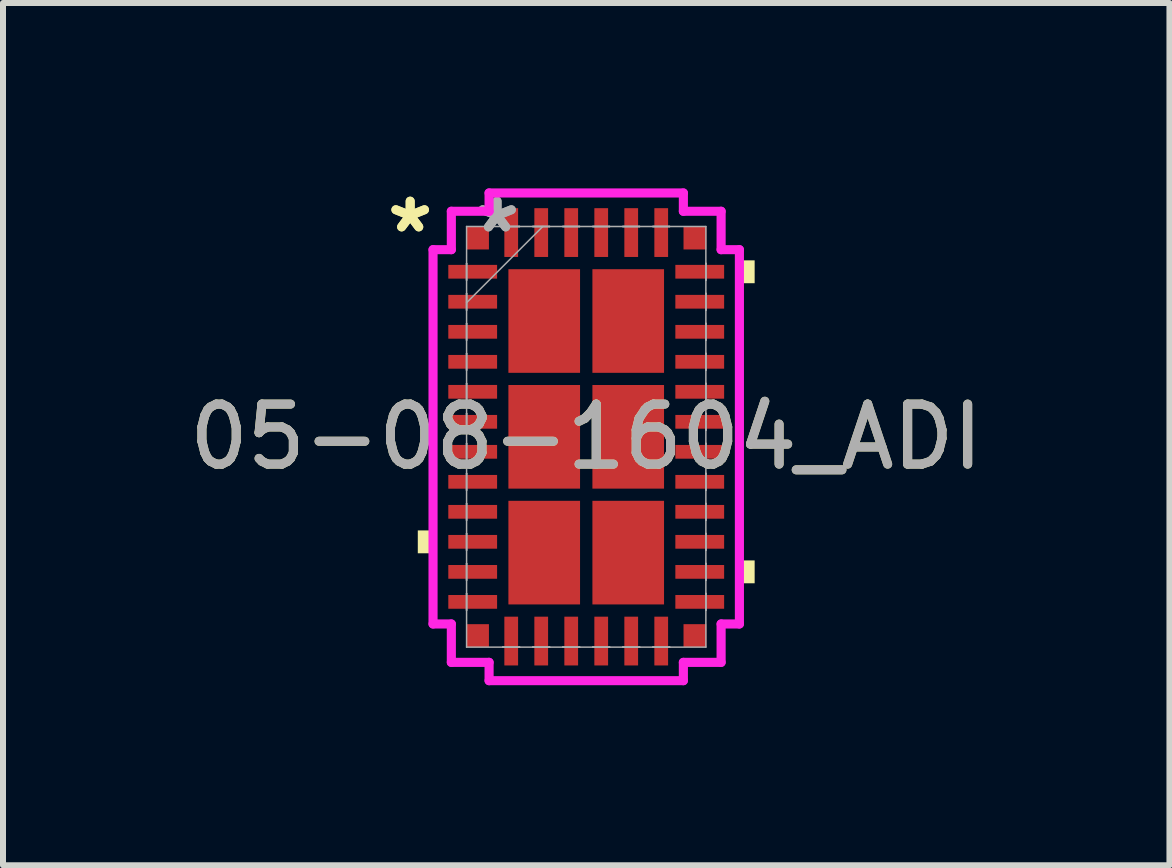
<source format=kicad_pcb>
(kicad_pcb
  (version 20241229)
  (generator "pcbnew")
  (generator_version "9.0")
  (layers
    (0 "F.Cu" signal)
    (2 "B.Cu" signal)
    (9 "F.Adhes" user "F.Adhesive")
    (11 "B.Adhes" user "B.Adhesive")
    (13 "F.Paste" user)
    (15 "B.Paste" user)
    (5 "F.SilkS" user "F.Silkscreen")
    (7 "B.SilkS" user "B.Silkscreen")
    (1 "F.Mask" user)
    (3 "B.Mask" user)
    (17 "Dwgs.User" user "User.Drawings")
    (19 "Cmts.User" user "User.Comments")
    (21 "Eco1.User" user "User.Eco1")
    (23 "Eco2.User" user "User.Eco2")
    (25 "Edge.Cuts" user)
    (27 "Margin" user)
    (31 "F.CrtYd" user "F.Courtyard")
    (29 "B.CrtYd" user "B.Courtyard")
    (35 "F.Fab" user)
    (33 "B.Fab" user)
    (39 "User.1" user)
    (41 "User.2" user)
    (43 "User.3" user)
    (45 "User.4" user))
  (footprint "05-08-1604_ADI"
    (layer "F.Cu")
    (at 6.72 4.23)
    (property "Reference" "05-08-1604_ADI" (at 0 0 0) (unlocked yes) (layer "F.SilkS") (effects (font (size 1 1) (thickness 0.15))))
    (attr smd)
    (fp_poly (pts (xy -2.807 1.56) (xy -2.807 1.941) (xy -2.553 1.941) (xy -2.553 1.56)) (stroke (width 0) (type solid)) (fill yes) (layer "F.SilkS"))
    (fp_poly (pts (xy 2.807 -2.941) (xy 2.807 -2.56) (xy 2.553 -2.56) (xy 2.553 -2.941)) (stroke (width 0) (type solid)) (fill yes) (layer "F.SilkS"))
    (fp_poly (pts (xy 2.807 2.06) (xy 2.807 2.441) (xy 2.553 2.441) (xy 2.553 2.06)) (stroke (width 0) (type solid)) (fill yes) (layer "F.SilkS"))
    (fp_line (start -2.553 -3.119) (end -2.248 -3.119) (stroke (width 0.152) (type solid)) (layer "F.CrtYd"))
    (fp_line (start -2.553 3.119) (end -2.553 -3.119) (stroke (width 0.152) (type solid)) (layer "F.CrtYd"))
    (fp_line (start -2.553 3.119) (end -2.248 3.119) (stroke (width 0.152) (type solid)) (layer "F.CrtYd"))
    (fp_line (start -2.248 -3.759) (end -1.619 -3.759) (stroke (width 0.152) (type solid)) (layer "F.CrtYd"))
    (fp_line (start -2.248 -3.119) (end -2.248 -3.759) (stroke (width 0.152) (type solid)) (layer "F.CrtYd"))
    (fp_line (start -2.248 3.759) (end -2.248 3.119) (stroke (width 0.152) (type solid)) (layer "F.CrtYd"))
    (fp_line (start -1.619 -4.064) (end 1.619 -4.064) (stroke (width 0.152) (type solid)) (layer "F.CrtYd"))
    (fp_line (start -1.619 -3.759) (end -1.619 -4.064) (stroke (width 0.152) (type solid)) (layer "F.CrtYd"))
    (fp_line (start -1.619 3.759) (end -2.248 3.759) (stroke (width 0.152) (type solid)) (layer "F.CrtYd"))
    (fp_line (start -1.619 4.064) (end -1.619 3.759) (stroke (width 0.152) (type solid)) (layer "F.CrtYd"))
    (fp_line (start 1.619 -4.064) (end 1.619 -3.759) (stroke (width 0.152) (type solid)) (layer "F.CrtYd"))
    (fp_line (start 1.619 -3.759) (end 2.248 -3.759) (stroke (width 0.152) (type solid)) (layer "F.CrtYd"))
    (fp_line (start 1.619 3.759) (end 1.619 4.064) (stroke (width 0.152) (type solid)) (layer "F.CrtYd"))
    (fp_line (start 1.619 4.064) (end -1.619 4.064) (stroke (width 0.152) (type solid)) (layer "F.CrtYd"))
    (fp_line (start 2.248 -3.759) (end 2.248 -3.119) (stroke (width 0.152) (type solid)) (layer "F.CrtYd"))
    (fp_line (start 2.248 -3.119) (end 2.553 -3.119) (stroke (width 0.152) (type solid)) (layer "F.CrtYd"))
    (fp_line (start 2.248 3.119) (end 2.248 3.759) (stroke (width 0.152) (type solid)) (layer "F.CrtYd"))
    (fp_line (start 2.248 3.759) (end 1.619 3.759) (stroke (width 0.152) (type solid)) (layer "F.CrtYd"))
    (fp_line (start 2.553 -3.119) (end 2.553 3.119) (stroke (width 0.152) (type solid)) (layer "F.CrtYd"))
    (fp_line (start 2.553 3.119) (end 2.248 3.119) (stroke (width 0.152) (type solid)) (layer "F.CrtYd"))
    (fp_line (start -1.994 -3.505) (end -1.994 3.505) (stroke (width 0.025) (type solid)) (layer "F.Fab"))
    (fp_line (start -1.994 -2.89) (end -1.994 -2.89) (stroke (width 0.025) (type solid)) (layer "F.Fab"))
    (fp_line (start -1.994 -2.89) (end -1.994 -2.611) (stroke (width 0.025) (type solid)) (layer "F.Fab"))
    (fp_line (start -1.994 -2.611) (end -1.994 -2.89) (stroke (width 0.025) (type solid)) (layer "F.Fab"))
    (fp_line (start -1.994 -2.611) (end -1.994 -2.611) (stroke (width 0.025) (type solid)) (layer "F.Fab"))
    (fp_line (start -1.994 -2.39) (end -1.994 -2.39) (stroke (width 0.025) (type solid)) (layer "F.Fab"))
    (fp_line (start -1.994 -2.39) (end -1.994 -2.111) (stroke (width 0.025) (type solid)) (layer "F.Fab"))
    (fp_line (start -1.994 -2.235) (end -0.724 -3.505) (stroke (width 0.025) (type solid)) (layer "F.Fab"))
    (fp_line (start -1.994 -2.111) (end -1.994 -2.39) (stroke (width 0.025) (type solid)) (layer "F.Fab"))
    (fp_line (start -1.994 -2.111) (end -1.994 -2.111) (stroke (width 0.025) (type solid)) (layer "F.Fab"))
    (fp_line (start -1.994 -1.89) (end -1.994 -1.89) (stroke (width 0.025) (type solid)) (layer "F.Fab"))
    (fp_line (start -1.994 -1.89) (end -1.994 -1.611) (stroke (width 0.025) (type solid)) (layer "F.Fab"))
    (fp_line (start -1.994 -1.611) (end -1.994 -1.89) (stroke (width 0.025) (type solid)) (layer "F.Fab"))
    (fp_line (start -1.994 -1.611) (end -1.994 -1.611) (stroke (width 0.025) (type solid)) (layer "F.Fab"))
    (fp_line (start -1.994 -1.39) (end -1.994 -1.39) (stroke (width 0.025) (type solid)) (layer "F.Fab"))
    (fp_line (start -1.994 -1.39) (end -1.994 -1.111) (stroke (width 0.025) (type solid)) (layer "F.Fab"))
    (fp_line (start -1.994 -1.111) (end -1.994 -1.39) (stroke (width 0.025) (type solid)) (layer "F.Fab"))
    (fp_line (start -1.994 -1.111) (end -1.994 -1.111) (stroke (width 0.025) (type solid)) (layer "F.Fab"))
    (fp_line (start -1.994 -0.89) (end -1.994 -0.89) (stroke (width 0.025) (type solid)) (layer "F.Fab"))
    (fp_line (start -1.994 -0.89) (end -1.994 -0.61) (stroke (width 0.025) (type solid)) (layer "F.Fab"))
    (fp_line (start -1.994 -0.61) (end -1.994 -0.89) (stroke (width 0.025) (type solid)) (layer "F.Fab"))
    (fp_line (start -1.994 -0.61) (end -1.994 -0.61) (stroke (width 0.025) (type solid)) (layer "F.Fab"))
    (fp_line (start -1.994 -0.39) (end -1.994 -0.39) (stroke (width 0.025) (type solid)) (layer "F.Fab"))
    (fp_line (start -1.994 -0.39) (end -1.994 -0.11) (stroke (width 0.025) (type solid)) (layer "F.Fab"))
    (fp_line (start -1.994 -0.11) (end -1.994 -0.39) (stroke (width 0.025) (type solid)) (layer "F.Fab"))
    (fp_line (start -1.994 -0.11) (end -1.994 -0.11) (stroke (width 0.025) (type solid)) (layer "F.Fab"))
    (fp_line (start -1.994 0.11) (end -1.994 0.11) (stroke (width 0.025) (type solid)) (layer "F.Fab"))
    (fp_line (start -1.994 0.11) (end -1.994 0.39) (stroke (width 0.025) (type solid)) (layer "F.Fab"))
    (fp_line (start -1.994 0.39) (end -1.994 0.11) (stroke (width 0.025) (type solid)) (layer "F.Fab"))
    (fp_line (start -1.994 0.39) (end -1.994 0.39) (stroke (width 0.025) (type solid)) (layer "F.Fab"))
    (fp_line (start -1.994 0.61) (end -1.994 0.61) (stroke (width 0.025) (type solid)) (layer "F.Fab"))
    (fp_line (start -1.994 0.61) (end -1.994 0.89) (stroke (width 0.025) (type solid)) (layer "F.Fab"))
    (fp_line (start -1.994 0.89) (end -1.994 0.61) (stroke (width 0.025) (type solid)) (layer "F.Fab"))
    (fp_line (start -1.994 0.89) (end -1.994 0.89) (stroke (width 0.025) (type solid)) (layer "F.Fab"))
    (fp_line (start -1.994 1.111) (end -1.994 1.111) (stroke (width 0.025) (type solid)) (layer "F.Fab"))
    (fp_line (start -1.994 1.111) (end -1.994 1.39) (stroke (width 0.025) (type solid)) (layer "F.Fab"))
    (fp_line (start -1.994 1.39) (end -1.994 1.111) (stroke (width 0.025) (type solid)) (layer "F.Fab"))
    (fp_line (start -1.994 1.39) (end -1.994 1.39) (stroke (width 0.025) (type solid)) (layer "F.Fab"))
    (fp_line (start -1.994 1.611) (end -1.994 1.611) (stroke (width 0.025) (type solid)) (layer "F.Fab"))
    (fp_line (start -1.994 1.611) (end -1.994 1.89) (stroke (width 0.025) (type solid)) (layer "F.Fab"))
    (fp_line (start -1.994 1.89) (end -1.994 1.611) (stroke (width 0.025) (type solid)) (layer "F.Fab"))
    (fp_line (start -1.994 1.89) (end -1.994 1.89) (stroke (width 0.025) (type solid)) (layer "F.Fab"))
    (fp_line (start -1.994 2.111) (end -1.994 2.111) (stroke (width 0.025) (type solid)) (layer "F.Fab"))
    (fp_line (start -1.994 2.111) (end -1.994 2.39) (stroke (width 0.025) (type solid)) (layer "F.Fab"))
    (fp_line (start -1.994 2.39) (end -1.994 2.111) (stroke (width 0.025) (type solid)) (layer "F.Fab"))
    (fp_line (start -1.994 2.39) (end -1.994 2.39) (stroke (width 0.025) (type solid)) (layer "F.Fab"))
    (fp_line (start -1.994 2.611) (end -1.994 2.611) (stroke (width 0.025) (type solid)) (layer "F.Fab"))
    (fp_line (start -1.994 2.611) (end -1.994 2.89) (stroke (width 0.025) (type solid)) (layer "F.Fab"))
    (fp_line (start -1.994 2.89) (end -1.994 2.611) (stroke (width 0.025) (type solid)) (layer "F.Fab"))
    (fp_line (start -1.994 2.89) (end -1.994 2.89) (stroke (width 0.025) (type solid)) (layer "F.Fab"))
    (fp_line (start -1.994 3.505) (end 1.994 3.505) (stroke (width 0.025) (type solid)) (layer "F.Fab"))
    (fp_line (start -1.39 -3.505) (end -1.39 -3.505) (stroke (width 0.025) (type solid)) (layer "F.Fab"))
    (fp_line (start -1.39 -3.505) (end -1.111 -3.505) (stroke (width 0.025) (type solid)) (layer "F.Fab"))
    (fp_line (start -1.39 3.505) (end -1.39 3.505) (stroke (width 0.025) (type solid)) (layer "F.Fab"))
    (fp_line (start -1.39 3.505) (end -1.111 3.505) (stroke (width 0.025) (type solid)) (layer "F.Fab"))
    (fp_line (start -1.111 -3.505) (end -1.39 -3.505) (stroke (width 0.025) (type solid)) (layer "F.Fab"))
    (fp_line (start -1.111 -3.505) (end -1.111 -3.505) (stroke (width 0.025) (type solid)) (layer "F.Fab"))
    (fp_line (start -1.111 3.505) (end -1.39 3.505) (stroke (width 0.025) (type solid)) (layer "F.Fab"))
    (fp_line (start -1.111 3.505) (end -1.111 3.505) (stroke (width 0.025) (type solid)) (layer "F.Fab"))
    (fp_line (start -0.89 -3.505) (end -0.89 -3.505) (stroke (width 0.025) (type solid)) (layer "F.Fab"))
    (fp_line (start -0.89 -3.505) (end -0.61 -3.505) (stroke (width 0.025) (type solid)) (layer "F.Fab"))
    (fp_line (start -0.89 3.505) (end -0.89 3.505) (stroke (width 0.025) (type solid)) (layer "F.Fab"))
    (fp_line (start -0.89 3.505) (end -0.61 3.505) (stroke (width 0.025) (type solid)) (layer "F.Fab"))
    (fp_line (start -0.61 -3.505) (end -0.89 -3.505) (stroke (width 0.025) (type solid)) (layer "F.Fab"))
    (fp_line (start -0.61 -3.505) (end -0.61 -3.505) (stroke (width 0.025) (type solid)) (layer "F.Fab"))
    (fp_line (start -0.61 3.505) (end -0.89 3.505) (stroke (width 0.025) (type solid)) (layer "F.Fab"))
    (fp_line (start -0.61 3.505) (end -0.61 3.505) (stroke (width 0.025) (type solid)) (layer "F.Fab"))
    (fp_line (start -0.39 -3.505) (end -0.39 -3.505) (stroke (width 0.025) (type solid)) (layer "F.Fab"))
    (fp_line (start -0.39 -3.505) (end -0.11 -3.505) (stroke (width 0.025) (type solid)) (layer "F.Fab"))
    (fp_line (start -0.39 3.505) (end -0.39 3.505) (stroke (width 0.025) (type solid)) (layer "F.Fab"))
    (fp_line (start -0.39 3.505) (end -0.11 3.505) (stroke (width 0.025) (type solid)) (layer "F.Fab"))
    (fp_line (start -0.11 -3.505) (end -0.39 -3.505) (stroke (width 0.025) (type solid)) (layer "F.Fab"))
    (fp_line (start -0.11 -3.505) (end -0.11 -3.505) (stroke (width 0.025) (type solid)) (layer "F.Fab"))
    (fp_line (start -0.11 3.505) (end -0.39 3.505) (stroke (width 0.025) (type solid)) (layer "F.Fab"))
    (fp_line (start -0.11 3.505) (end -0.11 3.505) (stroke (width 0.025) (type solid)) (layer "F.Fab"))
    (fp_line (start 0.11 -3.505) (end 0.11 -3.505) (stroke (width 0.025) (type solid)) (layer "F.Fab"))
    (fp_line (start 0.11 -3.505) (end 0.39 -3.505) (stroke (width 0.025) (type solid)) (layer "F.Fab"))
    (fp_line (start 0.11 3.505) (end 0.11 3.505) (stroke (width 0.025) (type solid)) (layer "F.Fab"))
    (fp_line (start 0.11 3.505) (end 0.39 3.505) (stroke (width 0.025) (type solid)) (layer "F.Fab"))
    (fp_line (start 0.39 -3.505) (end 0.11 -3.505) (stroke (width 0.025) (type solid)) (layer "F.Fab"))
    (fp_line (start 0.39 -3.505) (end 0.39 -3.505) (stroke (width 0.025) (type solid)) (layer "F.Fab"))
    (fp_line (start 0.39 3.505) (end 0.11 3.505) (stroke (width 0.025) (type solid)) (layer "F.Fab"))
    (fp_line (start 0.39 3.505) (end 0.39 3.505) (stroke (width 0.025) (type solid)) (layer "F.Fab"))
    (fp_line (start 0.61 -3.505) (end 0.61 -3.505) (stroke (width 0.025) (type solid)) (layer "F.Fab"))
    (fp_line (start 0.61 -3.505) (end 0.89 -3.505) (stroke (width 0.025) (type solid)) (layer "F.Fab"))
    (fp_line (start 0.61 3.505) (end 0.61 3.505) (stroke (width 0.025) (type solid)) (layer "F.Fab"))
    (fp_line (start 0.61 3.505) (end 0.89 3.505) (stroke (width 0.025) (type solid)) (layer "F.Fab"))
    (fp_line (start 0.89 -3.505) (end 0.61 -3.505) (stroke (width 0.025) (type solid)) (layer "F.Fab"))
    (fp_line (start 0.89 -3.505) (end 0.89 -3.505) (stroke (width 0.025) (type solid)) (layer "F.Fab"))
    (fp_line (start 0.89 3.505) (end 0.61 3.505) (stroke (width 0.025) (type solid)) (layer "F.Fab"))
    (fp_line (start 0.89 3.505) (end 0.89 3.505) (stroke (width 0.025) (type solid)) (layer "F.Fab"))
    (fp_line (start 1.111 -3.505) (end 1.111 -3.505) (stroke (width 0.025) (type solid)) (layer "F.Fab"))
    (fp_line (start 1.111 -3.505) (end 1.39 -3.505) (stroke (width 0.025) (type solid)) (layer "F.Fab"))
    (fp_line (start 1.111 3.505) (end 1.111 3.505) (stroke (width 0.025) (type solid)) (layer "F.Fab"))
    (fp_line (start 1.111 3.505) (end 1.39 3.505) (stroke (width 0.025) (type solid)) (layer "F.Fab"))
    (fp_line (start 1.39 -3.505) (end 1.111 -3.505) (stroke (width 0.025) (type solid)) (layer "F.Fab"))
    (fp_line (start 1.39 -3.505) (end 1.39 -3.505) (stroke (width 0.025) (type solid)) (layer "F.Fab"))
    (fp_line (start 1.39 3.505) (end 1.111 3.505) (stroke (width 0.025) (type solid)) (layer "F.Fab"))
    (fp_line (start 1.39 3.505) (end 1.39 3.505) (stroke (width 0.025) (type solid)) (layer "F.Fab"))
    (fp_line (start 1.994 -3.505) (end -1.994 -3.505) (stroke (width 0.025) (type solid)) (layer "F.Fab"))
    (fp_line (start 1.994 -2.89) (end 1.994 -2.89) (stroke (width 0.025) (type solid)) (layer "F.Fab"))
    (fp_line (start 1.994 -2.89) (end 1.994 -2.611) (stroke (width 0.025) (type solid)) (layer "F.Fab"))
    (fp_line (start 1.994 -2.611) (end 1.994 -2.89) (stroke (width 0.025) (type solid)) (layer "F.Fab"))
    (fp_line (start 1.994 -2.611) (end 1.994 -2.611) (stroke (width 0.025) (type solid)) (layer "F.Fab"))
    (fp_line (start 1.994 -2.39) (end 1.994 -2.39) (stroke (width 0.025) (type solid)) (layer "F.Fab"))
    (fp_line (start 1.994 -2.39) (end 1.994 -2.111) (stroke (width 0.025) (type solid)) (layer "F.Fab"))
    (fp_line (start 1.994 -2.111) (end 1.994 -2.39) (stroke (width 0.025) (type solid)) (layer "F.Fab"))
    (fp_line (start 1.994 -2.111) (end 1.994 -2.111) (stroke (width 0.025) (type solid)) (layer "F.Fab"))
    (fp_line (start 1.994 -1.89) (end 1.994 -1.89) (stroke (width 0.025) (type solid)) (layer "F.Fab"))
    (fp_line (start 1.994 -1.89) (end 1.994 -1.611) (stroke (width 0.025) (type solid)) (layer "F.Fab"))
    (fp_line (start 1.994 -1.611) (end 1.994 -1.89) (stroke (width 0.025) (type solid)) (layer "F.Fab"))
    (fp_line (start 1.994 -1.611) (end 1.994 -1.611) (stroke (width 0.025) (type solid)) (layer "F.Fab"))
    (fp_line (start 1.994 -1.39) (end 1.994 -1.39) (stroke (width 0.025) (type solid)) (layer "F.Fab"))
    (fp_line (start 1.994 -1.39) (end 1.994 -1.111) (stroke (width 0.025) (type solid)) (layer "F.Fab"))
    (fp_line (start 1.994 -1.111) (end 1.994 -1.39) (stroke (width 0.025) (type solid)) (layer "F.Fab"))
    (fp_line (start 1.994 -1.111) (end 1.994 -1.111) (stroke (width 0.025) (type solid)) (layer "F.Fab"))
    (fp_line (start 1.994 -0.89) (end 1.994 -0.89) (stroke (width 0.025) (type solid)) (layer "F.Fab"))
    (fp_line (start 1.994 -0.89) (end 1.994 -0.61) (stroke (width 0.025) (type solid)) (layer "F.Fab"))
    (fp_line (start 1.994 -0.61) (end 1.994 -0.89) (stroke (width 0.025) (type solid)) (layer "F.Fab"))
    (fp_line (start 1.994 -0.61) (end 1.994 -0.61) (stroke (width 0.025) (type solid)) (layer "F.Fab"))
    (fp_line (start 1.994 -0.39) (end 1.994 -0.39) (stroke (width 0.025) (type solid)) (layer "F.Fab"))
    (fp_line (start 1.994 -0.39) (end 1.994 -0.11) (stroke (width 0.025) (type solid)) (layer "F.Fab"))
    (fp_line (start 1.994 -0.11) (end 1.994 -0.39) (stroke (width 0.025) (type solid)) (layer "F.Fab"))
    (fp_line (start 1.994 -0.11) (end 1.994 -0.11) (stroke (width 0.025) (type solid)) (layer "F.Fab"))
    (fp_line (start 1.994 0.11) (end 1.994 0.11) (stroke (width 0.025) (type solid)) (layer "F.Fab"))
    (fp_line (start 1.994 0.11) (end 1.994 0.39) (stroke (width 0.025) (type solid)) (layer "F.Fab"))
    (fp_line (start 1.994 0.39) (end 1.994 0.11) (stroke (width 0.025) (type solid)) (layer "F.Fab"))
    (fp_line (start 1.994 0.39) (end 1.994 0.39) (stroke (width 0.025) (type solid)) (layer "F.Fab"))
    (fp_line (start 1.994 0.61) (end 1.994 0.61) (stroke (width 0.025) (type solid)) (layer "F.Fab"))
    (fp_line (start 1.994 0.61) (end 1.994 0.89) (stroke (width 0.025) (type solid)) (layer "F.Fab"))
    (fp_line (start 1.994 0.89) (end 1.994 0.61) (stroke (width 0.025) (type solid)) (layer "F.Fab"))
    (fp_line (start 1.994 0.89) (end 1.994 0.89) (stroke (width 0.025) (type solid)) (layer "F.Fab"))
    (fp_line (start 1.994 1.111) (end 1.994 1.111) (stroke (width 0.025) (type solid)) (layer "F.Fab"))
    (fp_line (start 1.994 1.111) (end 1.994 1.39) (stroke (width 0.025) (type solid)) (layer "F.Fab"))
    (fp_line (start 1.994 1.39) (end 1.994 1.111) (stroke (width 0.025) (type solid)) (layer "F.Fab"))
    (fp_line (start 1.994 1.39) (end 1.994 1.39) (stroke (width 0.025) (type solid)) (layer "F.Fab"))
    (fp_line (start 1.994 1.611) (end 1.994 1.611) (stroke (width 0.025) (type solid)) (layer "F.Fab"))
    (fp_line (start 1.994 1.611) (end 1.994 1.89) (stroke (width 0.025) (type solid)) (layer "F.Fab"))
    (fp_line (start 1.994 1.89) (end 1.994 1.611) (stroke (width 0.025) (type solid)) (layer "F.Fab"))
    (fp_line (start 1.994 1.89) (end 1.994 1.89) (stroke (width 0.025) (type solid)) (layer "F.Fab"))
    (fp_line (start 1.994 2.111) (end 1.994 2.111) (stroke (width 0.025) (type solid)) (layer "F.Fab"))
    (fp_line (start 1.994 2.111) (end 1.994 2.39) (stroke (width 0.025) (type solid)) (layer "F.Fab"))
    (fp_line (start 1.994 2.39) (end 1.994 2.111) (stroke (width 0.025) (type solid)) (layer "F.Fab"))
    (fp_line (start 1.994 2.39) (end 1.994 2.39) (stroke (width 0.025) (type solid)) (layer "F.Fab"))
    (fp_line (start 1.994 2.611) (end 1.994 2.611) (stroke (width 0.025) (type solid)) (layer "F.Fab"))
    (fp_line (start 1.994 2.611) (end 1.994 2.89) (stroke (width 0.025) (type solid)) (layer "F.Fab"))
    (fp_line (start 1.994 2.89) (end 1.994 2.611) (stroke (width 0.025) (type solid)) (layer "F.Fab"))
    (fp_line (start 1.994 2.89) (end 1.994 2.89) (stroke (width 0.025) (type solid)) (layer "F.Fab"))
    (fp_line (start 1.994 3.505) (end 1.994 -3.505) (stroke (width 0.025) (type solid)) (layer "F.Fab"))
    (fp_text user "*" (at -2.934 -3.382 0) (unlocked yes) (layer "F.SilkS") (effects (font (size 1 1) (thickness 0.15))))
    (fp_text user "*" (at -2.934 -3.382 0) (layer "F.SilkS") (effects (font (size 1 1) (thickness 0.15))))
    (fp_text user "*" (at -1.486 -3.382 0) (unlocked yes) (layer "F.Fab") (effects (font (size 1 1) (thickness 0.15))))
    (fp_text user "${REFERENCE}" (at 0 0 0) (unlocked yes) (layer "F.Fab") (effects (font (size 1 1) (thickness 0.15))))
    (fp_text user "*" (at -1.486 -3.382 0) (layer "F.Fab") (effects (font (size 1 1) (thickness 0.15))))
    (pad "1" smd rect (at -1.892 -2.751 90) (size 0.229 0.813) (layers "F.Cu" "F.Mask" "F.Paste"))
    (pad "2" smd rect (at -1.892 -2.251 90) (size 0.229 0.813) (layers "F.Cu" "F.Mask" "F.Paste"))
    (pad "3" smd rect (at -1.892 -1.75 90) (size 0.229 0.813) (layers "F.Cu" "F.Mask" "F.Paste"))
    (pad "4" smd rect (at -1.892 -1.25 90) (size 0.229 0.813) (layers "F.Cu" "F.Mask" "F.Paste"))
    (pad "5" smd rect (at -1.892 -0.75 90) (size 0.229 0.813) (layers "F.Cu" "F.Mask" "F.Paste"))
    (pad "6" smd rect (at -1.892 -0.25 90) (size 0.229 0.813) (layers "F.Cu" "F.Mask" "F.Paste"))
    (pad "7" smd rect (at -1.892 0.25 90) (size 0.229 0.813) (layers "F.Cu" "F.Mask" "F.Paste"))
    (pad "8" smd rect (at -1.892 0.75 90) (size 0.229 0.813) (layers "F.Cu" "F.Mask" "F.Paste"))
    (pad "9" smd rect (at -1.892 1.25 90) (size 0.229 0.813) (layers "F.Cu" "F.Mask" "F.Paste"))
    (pad "10" smd rect (at -1.892 1.75 90) (size 0.229 0.813) (layers "F.Cu" "F.Mask" "F.Paste"))
    (pad "11" smd rect (at -1.892 2.251 90) (size 0.229 0.813) (layers "F.Cu" "F.Mask" "F.Paste"))
    (pad "12" smd rect (at -1.892 2.751 90) (size 0.229 0.813) (layers "F.Cu" "F.Mask" "F.Paste"))
    (pad "13" smd rect (at -1.25 3.404) (size 0.229 0.813) (layers "F.Cu" "F.Mask" "F.Paste"))
    (pad "14" smd rect (at -0.75 3.404) (size 0.229 0.813) (layers "F.Cu" "F.Mask" "F.Paste"))
    (pad "15" smd rect (at -0.25 3.404) (size 0.229 0.813) (layers "F.Cu" "F.Mask" "F.Paste"))
    (pad "16" smd rect (at 0.25 3.404) (size 0.229 0.813) (layers "F.Cu" "F.Mask" "F.Paste"))
    (pad "17" smd rect (at 0.75 3.404) (size 0.229 0.813) (layers "F.Cu" "F.Mask" "F.Paste"))
    (pad "18" smd rect (at 1.25 3.404) (size 0.229 0.813) (layers "F.Cu" "F.Mask" "F.Paste"))
    (pad "19" smd rect (at 1.892 2.751 90) (size 0.229 0.813) (layers "F.Cu" "F.Mask" "F.Paste"))
    (pad "20" smd rect (at 1.892 2.251 90) (size 0.229 0.813) (layers "F.Cu" "F.Mask" "F.Paste"))
    (pad "21" smd rect (at 1.892 1.75 90) (size 0.229 0.813) (layers "F.Cu" "F.Mask" "F.Paste"))
    (pad "22" smd rect (at 1.892 1.25 90) (size 0.229 0.813) (layers "F.Cu" "F.Mask" "F.Paste"))
    (pad "23" smd rect (at 1.892 0.75 90) (size 0.229 0.813) (layers "F.Cu" "F.Mask" "F.Paste"))
    (pad "24" smd rect (at 1.892 0.25 90) (size 0.229 0.813) (layers "F.Cu" "F.Mask" "F.Paste"))
    (pad "25" smd rect (at 1.892 -0.25 90) (size 0.229 0.813) (layers "F.Cu" "F.Mask" "F.Paste"))
    (pad "26" smd rect (at 1.892 -0.75 90) (size 0.229 0.813) (layers "F.Cu" "F.Mask" "F.Paste"))
    (pad "27" smd rect (at 1.892 -1.25 90) (size 0.229 0.813) (layers "F.Cu" "F.Mask" "F.Paste"))
    (pad "28" smd rect (at 1.892 -1.75 90) (size 0.229 0.813) (layers "F.Cu" "F.Mask" "F.Paste"))
    (pad "29" smd rect (at 1.892 -2.251 90) (size 0.229 0.813) (layers "F.Cu" "F.Mask" "F.Paste"))
    (pad "30" smd rect (at 1.892 -2.751 90) (size 0.229 0.813) (layers "F.Cu" "F.Mask" "F.Paste"))
    (pad "31" smd rect (at 1.25 -3.404) (size 0.229 0.813) (layers "F.Cu" "F.Mask" "F.Paste"))
    (pad "32" smd rect (at 0.75 -3.404) (size 0.229 0.813) (layers "F.Cu" "F.Mask" "F.Paste"))
    (pad "33" smd rect (at 0.25 -3.404) (size 0.229 0.813) (layers "F.Cu" "F.Mask" "F.Paste"))
    (pad "34" smd rect (at -0.25 -3.404) (size 0.229 0.813) (layers "F.Cu" "F.Mask" "F.Paste"))
    (pad "35" smd rect (at -0.75 -3.404) (size 0.229 0.813) (layers "F.Cu" "F.Mask" "F.Paste"))
    (pad "36" smd rect (at -1.25 -3.404) (size 0.229 0.813) (layers "F.Cu" "F.Mask" "F.Paste"))
    (pad "37" smd rect (at -0.7 -1.93) (size 1.194 1.727) (layers "F.Cu" "F.Mask" "F.Paste"))
    (pad "38" smd rect (at 0.7 -1.93) (size 1.194 1.727) (layers "F.Cu" "F.Mask" "F.Paste"))
    (pad "39" smd rect (at -0.7 0) (size 1.194 1.727) (layers "F.Cu" "F.Mask" "F.Paste"))
    (pad "40" smd rect (at 0.7 0) (size 1.194 1.727) (layers "F.Cu" "F.Mask" "F.Paste"))
    (pad "41" smd rect (at -0.7 1.93) (size 1.194 1.727) (layers "F.Cu" "F.Mask" "F.Paste"))
    (pad "42" smd rect (at 0.7 1.93) (size 1.194 1.727) (layers "F.Cu" "F.Mask" "F.Paste"))
    (pad "43" smd rect (at -1.812 -3.313) (size 0.381 0.381) (layers "F.Cu" "F.Mask" "F.Paste"))
    (pad "44" smd rect (at -1.812 3.313) (size 0.381 0.381) (layers "F.Cu" "F.Mask" "F.Paste"))
    (pad "45" smd rect (at 1.812 3.313) (size 0.381 0.381) (layers "F.Cu" "F.Mask" "F.Paste"))
    (pad "46" smd rect (at 1.812 -3.313) (size 0.381 0.381) (layers "F.Cu" "F.Mask" "F.Paste")))
  (gr_rect
    (start -3 -3)
    (end 16.44 11.37)
    (stroke (width 0.1) (type default))
    (fill no)
    (layer "Edge.Cuts")))
</source>
